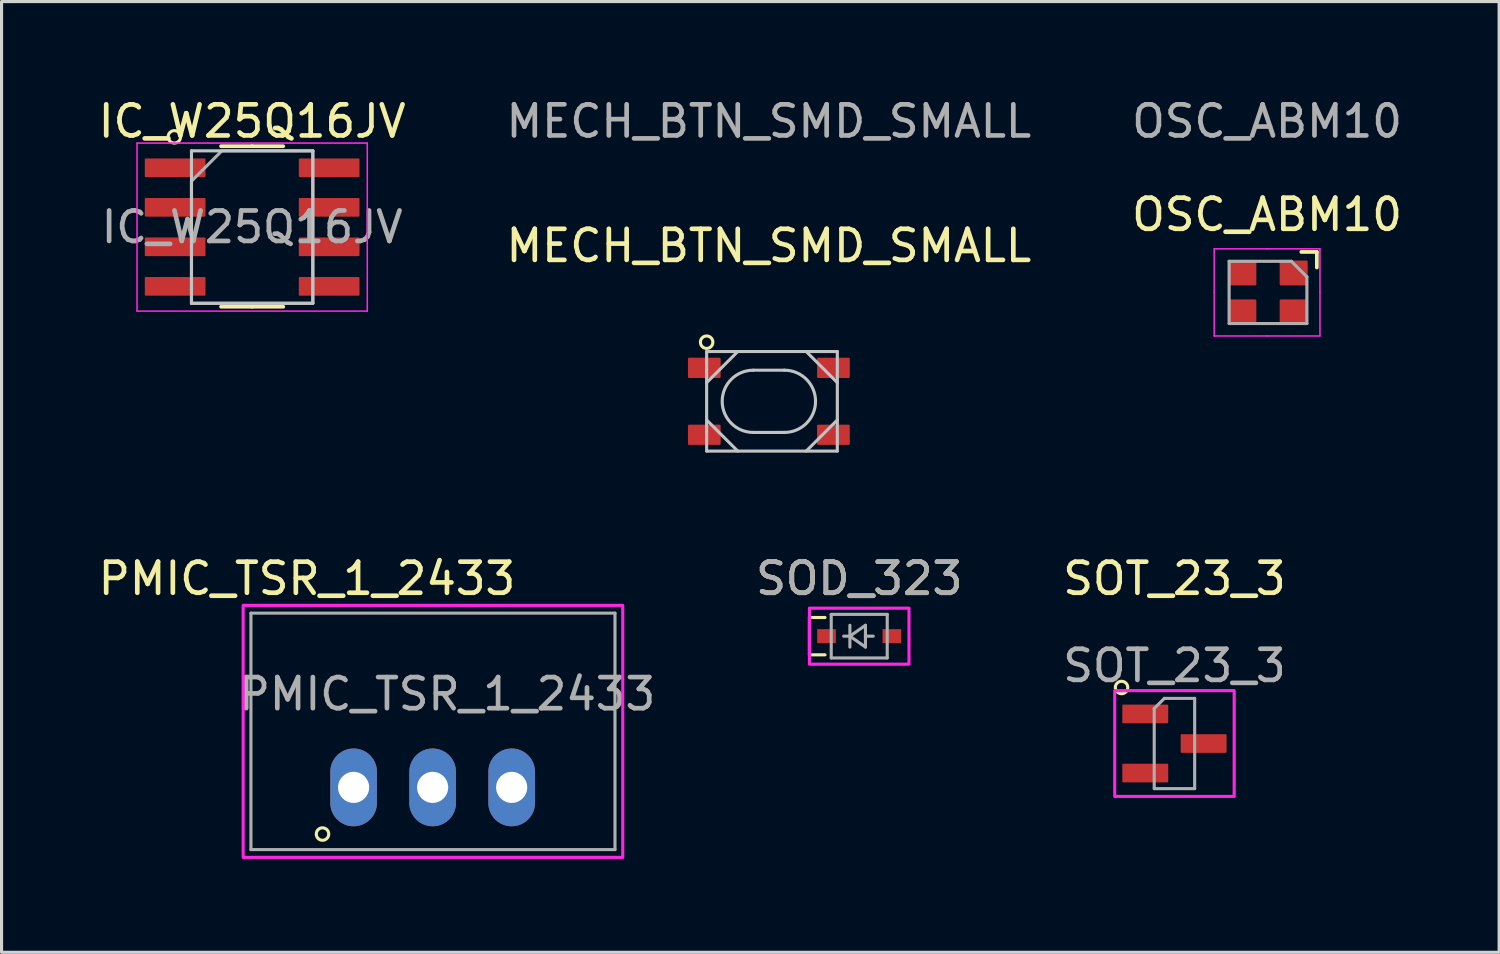
<source format=kicad_pcb>
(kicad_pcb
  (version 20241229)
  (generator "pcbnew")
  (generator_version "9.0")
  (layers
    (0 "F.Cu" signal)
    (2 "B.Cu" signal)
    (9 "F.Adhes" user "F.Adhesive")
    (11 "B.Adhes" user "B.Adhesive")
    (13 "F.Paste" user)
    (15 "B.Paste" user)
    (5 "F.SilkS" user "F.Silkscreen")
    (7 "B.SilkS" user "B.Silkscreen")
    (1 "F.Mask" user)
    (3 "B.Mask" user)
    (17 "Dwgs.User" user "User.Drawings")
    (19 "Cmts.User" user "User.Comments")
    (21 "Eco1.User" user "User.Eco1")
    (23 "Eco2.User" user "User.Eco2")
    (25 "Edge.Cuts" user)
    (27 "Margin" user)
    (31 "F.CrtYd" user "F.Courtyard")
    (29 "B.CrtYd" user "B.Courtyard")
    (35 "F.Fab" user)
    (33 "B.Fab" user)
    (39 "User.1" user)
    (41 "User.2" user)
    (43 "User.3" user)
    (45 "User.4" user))
  (footprint "MECH_BTN_SMD_SMALL"
    (layer "F.Cu")
    (at 21.661 9.848)
    (property "Reference" "MECH_BTN_SMD_SMALL" (at 0 -5 0) (unlocked yes) (layer "F.SilkS") (effects (font (size 1 1) (thickness 0.15))))
    (attr smd)
    (fp_circle (center -2 -1.9) (end -1.8 -1.9) (stroke (width 0.1) (type default)) (fill no) (layer "F.SilkS"))
    (fp_line (start -2 -1.6) (end -2 1.6) (stroke (width 0.1) (type default)) (layer "Dwgs.User"))
    (fp_line (start -2 -1.6) (end 2.2 -1.6) (stroke (width 0.1) (type default)) (layer "Dwgs.User"))
    (fp_line (start -2 0.6) (end -1 1.6) (stroke (width 0.1) (type default)) (layer "Dwgs.User"))
    (fp_line (start -2 1.6) (end 2.2 1.6) (stroke (width 0.1) (type default)) (layer "Dwgs.User"))
    (fp_line (start -1 -1.6) (end -2 -0.6) (stroke (width 0.1) (type default)) (layer "Dwgs.User"))
    (fp_line (start -0.5 -1) (end 0.5 -1) (stroke (width 0.1) (type default)) (layer "Dwgs.User"))
    (fp_line (start -0.5 1) (end 0.5 1) (stroke (width 0.1) (type default)) (layer "Dwgs.User"))
    (fp_line (start 1.2 -1.6) (end 2.2 -0.6) (stroke (width 0.1) (type default)) (layer "Dwgs.User"))
    (fp_line (start 2.2 -1.6) (end 2.2 1.6) (stroke (width 0.1) (type default)) (layer "Dwgs.User"))
    (fp_line (start 2.2 0.6) (end 1.2 1.6) (stroke (width 0.1) (type default)) (layer "Dwgs.User"))
    (fp_arc (start -0.5 1) (mid -1.5 0) (end -0.5 -1) (stroke (width 0.1) (type default)) (layer "Dwgs.User"))
    (fp_arc (start 0.5 -1) (mid 1.5 0) (end 0.5 1) (stroke (width 0.1) (type default)) (layer "Dwgs.User"))
    (fp_poly (pts (xy 3 1.8) (xy -2.9 1.8) (xy -2.9 -1.8) (xy 3 -1.8)) (stroke (width 0.1) (type solid)) (fill no) (layer "Margin"))
    (fp_text user "${REFERENCE}" (at 0 -9 0) (unlocked yes) (layer "F.Fab") (effects (font (size 1 1) (thickness 0.15))))
    (pad "1" smd roundrect (at -2.075 -1.075 180) (size 1.05 0.65) (layers "F.Cu" "F.Mask" "F.Paste") (roundrect_rratio 0.05))
    (pad "2" smd roundrect (at 2.075 -1.075 180) (size 1.05 0.65) (layers "F.Cu" "F.Mask" "F.Paste") (roundrect_rratio 0.05))
    (pad "3" smd roundrect (at -2.075 1.075 180) (size 1.05 0.65) (layers "F.Cu" "F.Mask" "F.Paste") (roundrect_rratio 0.05))
    (pad "4" smd roundrect (at 2.075 1.075 180) (size 1.05 0.65) (layers "F.Cu" "F.Mask" "F.Paste") (roundrect_rratio 0.05)))
  (footprint "SOT_23_3"
    (layer "F.Cu")
    (at 34.696 20.846)
    (property "Reference" "SOT_23_3" (at 0 -5.3 0) (layer "F.SilkS") (effects (font (size 1 1) (thickness 0.15))))
    (attr smd)
    (fp_circle (center -1.7 -1.8) (end -1.5 -1.8) (stroke (width 0.1) (type default)) (fill no) (layer "F.SilkS"))
    (fp_rect (start -1.92 1.7) (end 1.92 -1.7) (stroke (width 0.1) (type default)) (fill no) (layer "F.CrtYd"))
    (fp_line (start -0.65 -1.125) (end -0.325 -1.45) (stroke (width 0.1) (type solid)) (layer "F.Fab"))
    (fp_line (start -0.65 1.45) (end -0.65 -1.125) (stroke (width 0.1) (type solid)) (layer "F.Fab"))
    (fp_line (start -0.325 -1.45) (end 0.65 -1.45) (stroke (width 0.1) (type solid)) (layer "F.Fab"))
    (fp_line (start 0.65 -1.45) (end 0.65 1.45) (stroke (width 0.1) (type solid)) (layer "F.Fab"))
    (fp_line (start 0.65 1.45) (end -0.65 1.45) (stroke (width 0.1) (type solid)) (layer "F.Fab"))
    (fp_text user "${REFERENCE}" (at 0 -2.5 0) (layer "F.Fab") (effects (font (size 1 1) (thickness 0.15))))
    (pad "1" smd roundrect (at -0.938 -0.95) (size 1.475 0.6) (layers "F.Cu" "F.Mask" "F.Paste") (roundrect_rratio 0.05))
    (pad "2" smd roundrect (at -0.938 0.95) (size 1.475 0.6) (layers "F.Cu" "F.Mask" "F.Paste") (roundrect_rratio 0.05))
    (pad "3" smd roundrect (at 0.938 0) (size 1.475 0.6) (layers "F.Cu" "F.Mask" "F.Paste") (roundrect_rratio 0.05)))
  (footprint "OSC_ABM10"
    (layer "F.Cu")
    (at 37.673 6.348)
    (property "Reference" "OSC_ABM10" (at 0 -2.5 0) (unlocked yes) (layer "F.SilkS") (effects (font (size 1 1) (thickness 0.15))))
    (attr smd)
    (fp_line (start 1.1 -1.3) (end 1.6 -1.3) (stroke (width 0.12) (type solid)) (layer "F.SilkS"))
    (fp_line (start 1.6 -0.8) (end 1.6 -1.3) (stroke (width 0.12) (type solid)) (layer "F.SilkS"))
    (fp_line (start -1.7 -1.4) (end 0 -1.4) (stroke (width 0.05) (type solid)) (layer "F.CrtYd"))
    (fp_line (start -1.7 0) (end -1.7 -1.4) (stroke (width 0.05) (type solid)) (layer "F.CrtYd"))
    (fp_line (start -1.7 0) (end -1.7 1.4) (stroke (width 0.05) (type solid)) (layer "F.CrtYd"))
    (fp_line (start -1.7 1.4) (end 0 1.4) (stroke (width 0.05) (type solid)) (layer "F.CrtYd"))
    (fp_line (start 1.7 -1.4) (end 0 -1.4) (stroke (width 0.05) (type solid)) (layer "F.CrtYd"))
    (fp_line (start 1.7 0) (end 1.7 -1.4) (stroke (width 0.05) (type solid)) (layer "F.CrtYd"))
    (fp_line (start 1.7 0) (end 1.7 1.4) (stroke (width 0.05) (type solid)) (layer "F.CrtYd"))
    (fp_line (start 1.7 1.4) (end 0 1.4) (stroke (width 0.05) (type solid)) (layer "F.CrtYd"))
    (fp_line (start -1.22 -1) (end -1.22 1) (stroke (width 0.1) (type solid)) (layer "F.Fab"))
    (fp_line (start 0.78 -1) (end -1.22 -1) (stroke (width 0.1) (type solid)) (layer "F.Fab"))
    (fp_line (start 1.28 -0.5) (end 0.78 -1) (stroke (width 0.1) (type solid)) (layer "F.Fab"))
    (fp_line (start 1.28 -0.5) (end 1.28 1) (stroke (width 0.1) (type solid)) (layer "F.Fab"))
    (fp_line (start 1.28 1) (end -1.22 1) (stroke (width 0.1) (type solid)) (layer "F.Fab"))
    (fp_text user "${REFERENCE}" (at 0 -5.5 0) (unlocked yes) (layer "F.Fab") (effects (font (size 1 1) (thickness 0.15))))
    (pad "1" smd roundrect (at 0.855 -0.625 270) (size 0.8 0.9) (layers "F.Cu" "F.Mask" "F.Paste") (roundrect_rratio 0.05))
    (pad "2" smd roundrect (at -0.795 -0.625 270) (size 0.8 0.9) (layers "F.Cu" "F.Mask" "F.Paste") (roundrect_rratio 0.05))
    (pad "3" smd roundrect (at -0.795 0.625 270) (size 0.8 0.9) (layers "F.Cu" "F.Mask" "F.Paste") (roundrect_rratio 0.05))
    (pad "4" smd roundrect (at 0.855 0.625 270) (size 0.8 0.9) (layers "F.Cu" "F.Mask" "F.Paste") (roundrect_rratio 0.05)))
  (footprint "PMIC_TSR_1_2433"
    (layer "F.Cu")
    (at 8.315 22.256)
    (property "Reference" "PMIC_TSR_1_2433" (at -1.5 -6.71 0) (layer "F.SilkS") (effects (font (size 1 1) (thickness 0.15))))
    (attr through_hole)
    (fp_circle (center -1 1.5) (end -0.8 1.5) (stroke (width 0.1) (type default)) (fill no) (layer "F.SilkS"))
    (fp_rect (start -3.55 2.25) (end 8.65 -5.85) (stroke (width 0.1) (type default)) (fill no) (layer "F.CrtYd"))
    (fp_line (start -3.3 -5.6) (end 8.4 -5.6) (stroke (width 0.1) (type solid)) (layer "F.Fab"))
    (fp_line (start -3.3 2) (end -3.3 -5.6) (stroke (width 0.1) (type solid)) (layer "F.Fab"))
    (fp_line (start -3.3 2) (end 8.4 2) (stroke (width 0.1) (type solid)) (layer "F.Fab"))
    (fp_line (start 8.4 2) (end 8.4 -5.6) (stroke (width 0.1) (type solid)) (layer "F.Fab"))
    (fp_text user "${REFERENCE}" (at 3 -3 0) (layer "F.Fab") (effects (font (size 1 1) (thickness 0.15))))
    (pad "1" thru_hole oval (at 0 0) (size 1.5 2.5) (drill 1) (layers "*.Cu" "*.Mask"))
    (pad "2" thru_hole oval (at 2.54 0) (size 1.5 2.5) (drill 1) (layers "*.Cu" "*.Mask"))
    (pad "3" thru_hole oval (at 5.08 0) (size 1.5 2.5) (drill 1) (layers "*.Cu" "*.Mask")))
  (footprint "IC_W25Q16JV"
    (layer "F.Cu")
    (at 5.054 4.248)
    (property "Reference" "IC_W25Q16JV" (at 0 -3.4 0) (layer "F.SilkS") (effects (font (size 1 1) (thickness 0.15))))
    (attr smd)
    (fp_line (start 0 -2.6) (end -1 -2.6) (stroke (width 0.12) (type solid)) (layer "F.SilkS"))
    (fp_line (start 0 -2.6) (end 1 -2.6) (stroke (width 0.12) (type solid)) (layer "F.SilkS"))
    (fp_line (start 0 2.56) (end -1 2.56) (stroke (width 0.12) (type solid)) (layer "F.SilkS"))
    (fp_line (start 0 2.56) (end 1 2.56) (stroke (width 0.12) (type solid)) (layer "F.SilkS"))
    (fp_circle (center -2.5 -2.9) (end -2.3 -2.9) (stroke (width 0.1) (type default)) (fill no) (layer "F.SilkS"))
    (fp_line (start -1.95 -2.45) (end 1.95 -2.45) (stroke (width 0.1) (type solid)) (layer "Dwgs.User"))
    (fp_line (start -1.95 2.45) (end -1.95 -2.45) (stroke (width 0.1) (type solid)) (layer "Dwgs.User"))
    (fp_line (start 1.95 -2.45) (end 1.95 2.45) (stroke (width 0.1) (type solid)) (layer "Dwgs.User"))
    (fp_line (start 1.95 2.45) (end -1.95 2.45) (stroke (width 0.1) (type solid)) (layer "Dwgs.User"))
    (fp_line (start -3.7 -2.7) (end -3.7 2.7) (stroke (width 0.05) (type solid)) (layer "F.CrtYd"))
    (fp_line (start -3.7 2.7) (end 3.7 2.7) (stroke (width 0.05) (type solid)) (layer "F.CrtYd"))
    (fp_line (start 3.7 -2.7) (end -3.7 -2.7) (stroke (width 0.05) (type solid)) (layer "F.CrtYd"))
    (fp_line (start 3.7 2.7) (end 3.7 -2.7) (stroke (width 0.05) (type solid)) (layer "F.CrtYd"))
    (fp_line (start -1.95 -1.475) (end -0.975 -2.45) (stroke (width 0.1) (type solid)) (layer "F.Fab"))
    (fp_line (start -1.95 2.45) (end -1.95 -1.475) (stroke (width 0.1) (type solid)) (layer "F.Fab"))
    (fp_line (start -0.975 -2.45) (end 1.95 -2.45) (stroke (width 0.1) (type solid)) (layer "F.Fab"))
    (fp_line (start 1.95 -2.45) (end 1.95 2.45) (stroke (width 0.1) (type solid)) (layer "F.Fab"))
    (fp_line (start 1.95 2.45) (end -1.95 2.45) (stroke (width 0.1) (type solid)) (layer "F.Fab"))
    (fp_text user "${REFERENCE}" (at 0 0 0) (layer "F.Fab") (effects (font (size 0.98 0.98) (thickness 0.15))))
    (pad "1" smd roundrect (at -2.475 -1.905) (size 1.95 0.6) (layers "F.Cu" "F.Mask" "F.Paste") (roundrect_rratio 0.05))
    (pad "2" smd roundrect (at -2.475 -0.635) (size 1.95 0.6) (layers "F.Cu" "F.Mask" "F.Paste") (roundrect_rratio 0.05))
    (pad "3" smd roundrect (at -2.475 0.635) (size 1.95 0.6) (layers "F.Cu" "F.Mask" "F.Paste") (roundrect_rratio 0.05))
    (pad "4" smd roundrect (at -2.475 1.905) (size 1.95 0.6) (layers "F.Cu" "F.Mask" "F.Paste") (roundrect_rratio 0.05))
    (pad "5" smd roundrect (at 2.475 1.905) (size 1.95 0.6) (layers "F.Cu" "F.Mask" "F.Paste") (roundrect_rratio 0.05))
    (pad "6" smd roundrect (at 2.475 0.635) (size 1.95 0.6) (layers "F.Cu" "F.Mask" "F.Paste") (roundrect_rratio 0.05))
    (pad "7" smd roundrect (at 2.475 -0.635) (size 1.95 0.6) (layers "F.Cu" "F.Mask" "F.Paste") (roundrect_rratio 0.05))
    (pad "8" smd roundrect (at 2.475 -1.905) (size 1.95 0.6) (layers "F.Cu" "F.Mask" "F.Paste") (roundrect_rratio 0.05)))
  (footprint "SOD_323"
    (layer "F.Cu")
    (at 24.565 17.396)
    (property "Reference" "SOD_323" (at 0 -1.85 0) (layer "F.SilkS") (effects (font (size 1 1) (thickness 0.15))))
    (attr smd)
    (fp_line (start -1.6 -0.6) (end -1.6 0.6) (stroke (width 0.1) (type solid)) (layer "F.SilkS"))
    (fp_line (start -1.6 -0.6) (end -1.1 -0.6) (stroke (width 0.1) (type solid)) (layer "F.SilkS"))
    (fp_line (start -1.6 0.6) (end -1.1 0.6) (stroke (width 0.1) (type solid)) (layer "F.SilkS"))
    (fp_rect (start -1.6 -0.9) (end 1.6 0.9) (stroke (width 0.1) (type default)) (fill no) (layer "F.CrtYd"))
    (fp_line (start -0.9 -0.7) (end 0.9 -0.7) (stroke (width 0.1) (type solid)) (layer "F.Fab"))
    (fp_line (start -0.9 0.7) (end -0.9 -0.7) (stroke (width 0.1) (type solid)) (layer "F.Fab"))
    (fp_line (start -0.3 -0.35) (end -0.3 0.35) (stroke (width 0.1) (type solid)) (layer "F.Fab"))
    (fp_line (start -0.3 0) (end -0.5 0) (stroke (width 0.1) (type solid)) (layer "F.Fab"))
    (fp_line (start -0.3 0) (end 0.2 -0.35) (stroke (width 0.1) (type solid)) (layer "F.Fab"))
    (fp_line (start 0.2 -0.35) (end 0.2 0.35) (stroke (width 0.1) (type solid)) (layer "F.Fab"))
    (fp_line (start 0.2 0) (end 0.45 0) (stroke (width 0.1) (type solid)) (layer "F.Fab"))
    (fp_line (start 0.2 0.35) (end -0.3 0) (stroke (width 0.1) (type solid)) (layer "F.Fab"))
    (fp_line (start 0.9 -0.7) (end 0.9 0.7) (stroke (width 0.1) (type solid)) (layer "F.Fab"))
    (fp_line (start 0.9 0.7) (end -0.9 0.7) (stroke (width 0.1) (type solid)) (layer "F.Fab"))
    (fp_text user "${REFERENCE}" (at 0 -1.85 0) (layer "F.Fab") (effects (font (size 1 1) (thickness 0.15))))
    (pad "1" smd rect (at -1.05 0) (size 0.6 0.45) (layers "F.Cu" "F.Mask" "F.Paste"))
    (pad "2" smd rect (at 1.05 0) (size 0.6 0.45) (layers "F.Cu" "F.Mask" "F.Paste")))
  (gr_rect
    (start -3 -3)
    (end 45.131 27.556)
    (stroke (width 0.1) (type default))
    (fill no)
    (layer "Edge.Cuts")))
</source>
